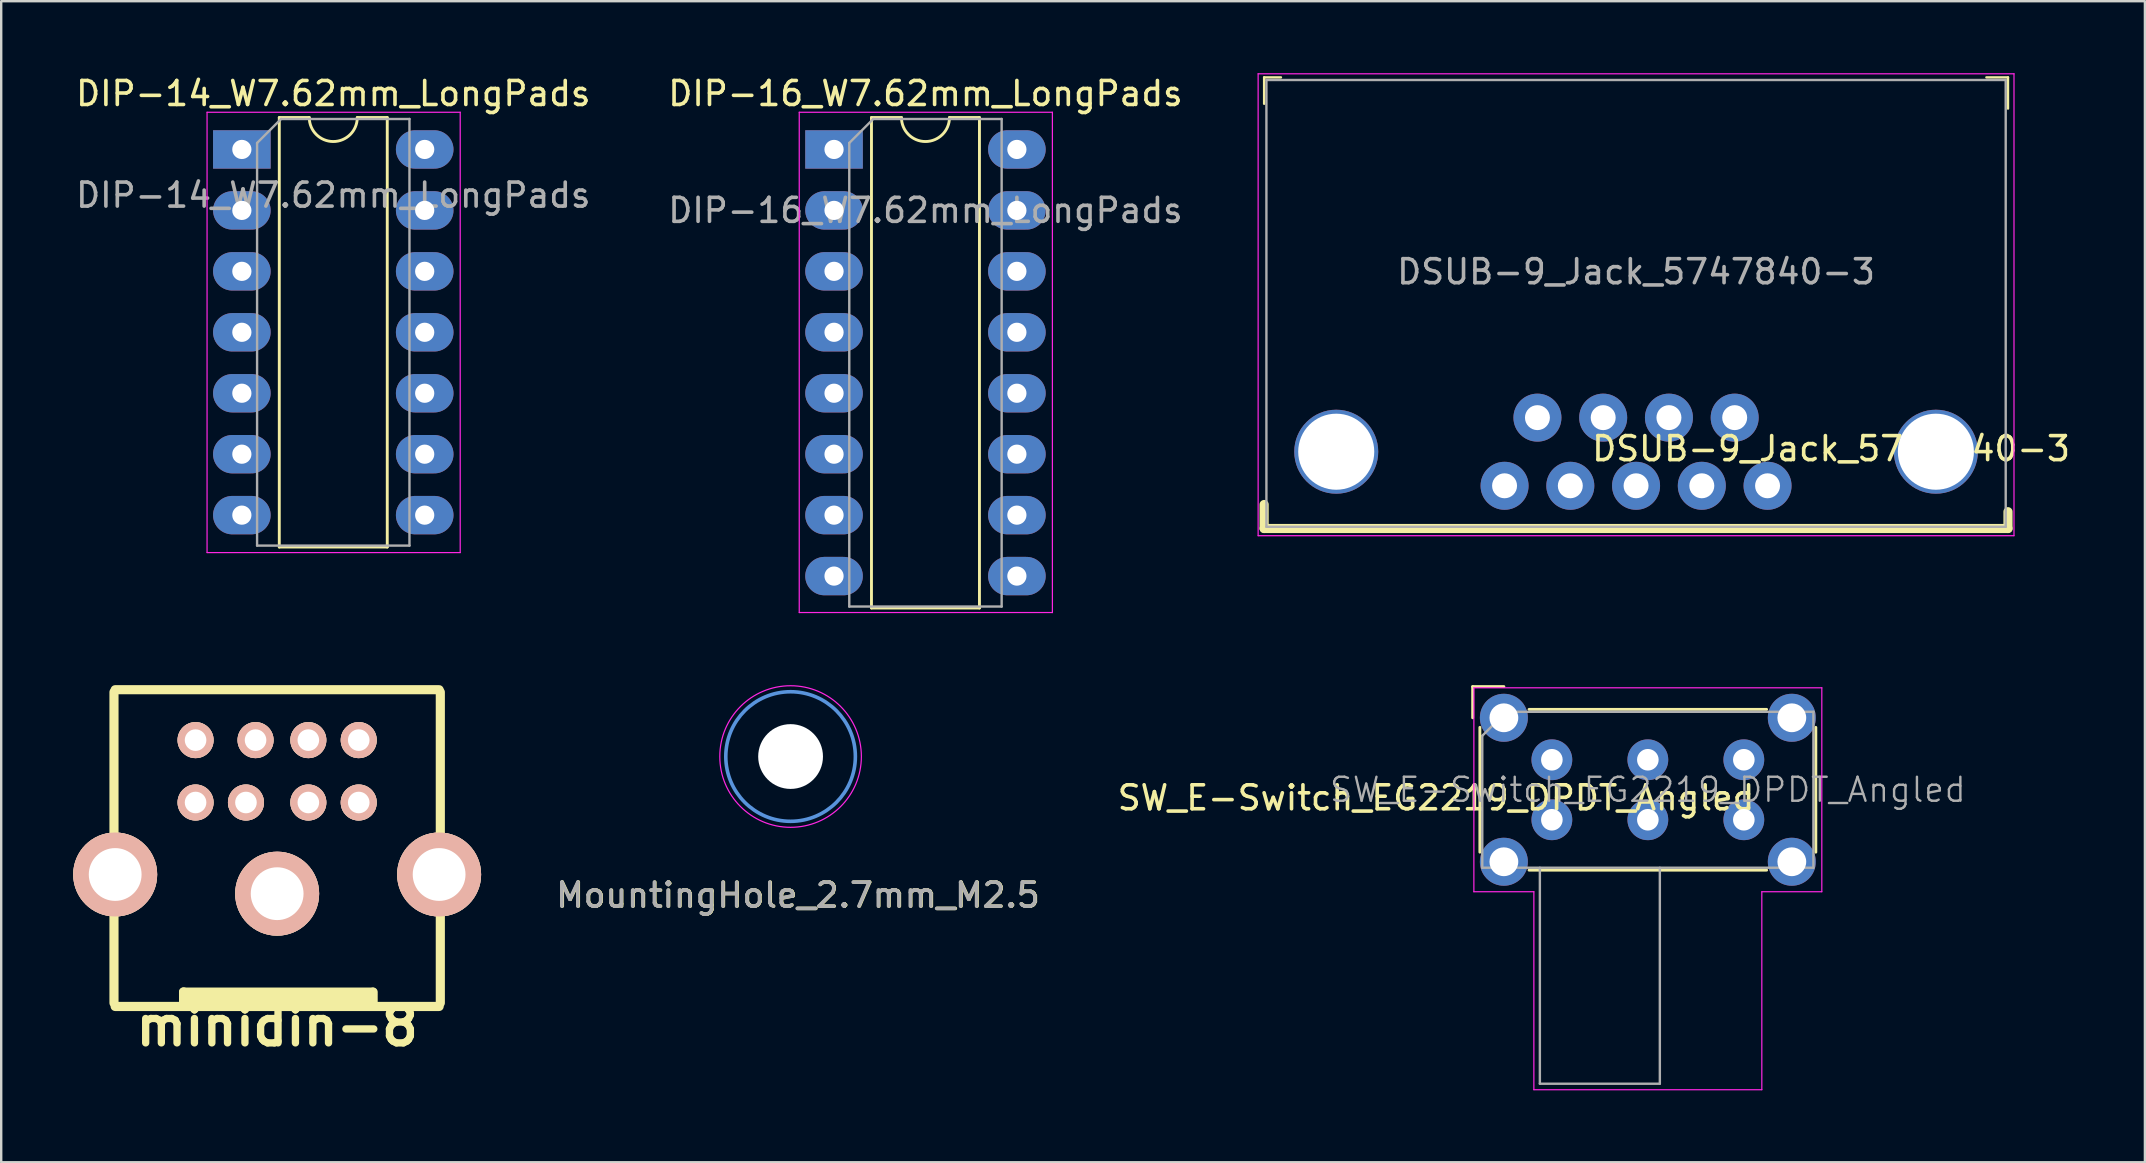
<source format=kicad_pcb>
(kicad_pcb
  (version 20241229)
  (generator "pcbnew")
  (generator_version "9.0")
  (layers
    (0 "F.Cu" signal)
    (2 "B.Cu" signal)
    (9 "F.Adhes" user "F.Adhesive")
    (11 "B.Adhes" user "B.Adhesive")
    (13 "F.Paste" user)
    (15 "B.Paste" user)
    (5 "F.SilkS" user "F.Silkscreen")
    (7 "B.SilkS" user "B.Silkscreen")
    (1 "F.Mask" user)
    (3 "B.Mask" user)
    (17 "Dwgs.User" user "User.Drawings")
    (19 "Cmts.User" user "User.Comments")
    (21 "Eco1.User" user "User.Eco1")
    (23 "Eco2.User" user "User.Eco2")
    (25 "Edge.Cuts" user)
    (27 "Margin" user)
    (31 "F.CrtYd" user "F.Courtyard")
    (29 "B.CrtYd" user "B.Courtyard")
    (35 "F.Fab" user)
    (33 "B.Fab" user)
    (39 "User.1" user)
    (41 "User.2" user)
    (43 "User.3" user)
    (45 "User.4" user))
  (footprint "SW_E-Switch_EG2219_DPDT_Angled"
    (layer "F.Cu")
    (at 61.623 28.613)
    (property "Reference" "SW_E-Switch_EG2219_DPDT_Angled" (at -4.826 1.587 0) (layer "F.SilkS") (effects (font (size 1 1) (thickness 0.15))))
    (attr through_hole)
    (fp_line (start -3.3 -3.05) (end -2 -3.05) (stroke (width 0.12) (type solid)) (layer "F.SilkS"))
    (fp_line (start -3.3 -1.75) (end -3.3 -3.05) (stroke (width 0.12) (type solid)) (layer "F.SilkS"))
    (fp_line (start -3 3.85) (end -3 -1.35) (stroke (width 0.12) (type solid)) (layer "F.SilkS"))
    (fp_line (start -0.95 -2.1) (end 8.95 -2.1) (stroke (width 0.12) (type solid)) (layer "F.SilkS"))
    (fp_line (start 8.95 4.6) (end -0.95 4.6) (stroke (width 0.12) (type solid)) (layer "F.SilkS"))
    (fp_line (start 11 -1.35) (end 11 3.85) (stroke (width 0.12) (type solid)) (layer "F.SilkS"))
    (fp_line (start -3.25 -3) (end 11.25 -3) (stroke (width 0.05) (type solid)) (layer "F.CrtYd"))
    (fp_line (start -3.25 5.5) (end -3.25 -3) (stroke (width 0.05) (type solid)) (layer "F.CrtYd"))
    (fp_line (start -0.75 5.5) (end -3.25 5.5) (stroke (width 0.05) (type solid)) (layer "F.CrtYd"))
    (fp_line (start -0.75 13.75) (end -0.75 5.5) (stroke (width 0.05) (type solid)) (layer "F.CrtYd"))
    (fp_line (start 8.75 5.5) (end 8.75 13.75) (stroke (width 0.05) (type solid)) (layer "F.CrtYd"))
    (fp_line (start 8.75 13.75) (end -0.75 13.75) (stroke (width 0.05) (type solid)) (layer "F.CrtYd"))
    (fp_line (start 11.25 -3) (end 11.25 5.5) (stroke (width 0.05) (type solid)) (layer "F.CrtYd"))
    (fp_line (start 11.25 5.5) (end 8.75 5.5) (stroke (width 0.05) (type solid)) (layer "F.CrtYd"))
    (fp_line (start -2.9 4.5) (end -2.9 -1) (stroke (width 0.1) (type solid)) (layer "F.Fab"))
    (fp_line (start -1.9 -2) (end -2.9 -1) (stroke (width 0.1) (type solid)) (layer "F.Fab"))
    (fp_line (start -1.9 -2) (end 10.9 -2) (stroke (width 0.1) (type solid)) (layer "F.Fab"))
    (fp_line (start -0.5 13.5) (end -0.5 4.5) (stroke (width 0.1) (type solid)) (layer "F.Fab"))
    (fp_line (start 4.5 4.5) (end 4.5 13.5) (stroke (width 0.1) (type solid)) (layer "F.Fab"))
    (fp_line (start 4.5 13.5) (end -0.5 13.5) (stroke (width 0.1) (type solid)) (layer "F.Fab"))
    (fp_line (start 10.9 -2) (end 10.9 4.5) (stroke (width 0.1) (type solid)) (layer "F.Fab"))
    (fp_line (start 10.9 4.5) (end -2.9 4.5) (stroke (width 0.1) (type solid)) (layer "F.Fab"))
    (fp_text user "${REFERENCE}" (at 4 1.25 0) (layer "F.Fab") (effects (font (size 1 1) (thickness 0.1))))
    (pad "" thru_hole circle (at -2 -1.75) (size 2 2) (drill 1.2) (layers "*.Cu" "*.Mask"))
    (pad "" thru_hole circle (at -2 4.25) (size 2 2) (drill 1.2) (layers "*.Cu" "*.Mask"))
    (pad "" thru_hole circle (at 10 -1.75) (size 2 2) (drill 1.2) (layers "*.Cu" "*.Mask"))
    (pad "" thru_hole circle (at 10 4.25) (size 2 2) (drill 1.2) (layers "*.Cu" "*.Mask"))
    (pad "1" thru_hole circle (at 0 0) (size 1.7 1.7) (drill 0.9) (layers "*.Cu" "*.Mask"))
    (pad "2" thru_hole circle (at 4 0) (size 1.7 1.7) (drill 0.9) (layers "*.Cu" "*.Mask"))
    (pad "3" thru_hole circle (at 8 0) (size 1.7 1.7) (drill 0.9) (layers "*.Cu" "*.Mask"))
    (pad "4" thru_hole circle (at 0 2.5) (size 1.7 1.7) (drill 0.9) (layers "*.Cu" "*.Mask"))
    (pad "5" thru_hole circle (at 4 2.5) (size 1.7 1.7) (drill 0.9) (layers "*.Cu" "*.Mask"))
    (pad "6" thru_hole circle (at 8 2.5) (size 1.7 1.7) (drill 0.9) (layers "*.Cu" "*.Mask")))
  (footprint "DIP-16_W7.62mm_LongPads"
    (layer "F.Cu")
    (at 31.708 3.178)
    (property "Reference" "DIP-16_W7.62mm_LongPads" (at 3.81 -2.33 0) (layer "F.SilkS") (effects (font (size 1 1) (thickness 0.15))))
    (attr through_hole)
    (fp_line (start 1.56 -1.33) (end 1.56 19.11) (stroke (width 0.12) (type solid)) (layer "F.SilkS"))
    (fp_line (start 1.56 19.11) (end 6.06 19.11) (stroke (width 0.12) (type solid)) (layer "F.SilkS"))
    (fp_line (start 2.81 -1.33) (end 1.56 -1.33) (stroke (width 0.12) (type solid)) (layer "F.SilkS"))
    (fp_line (start 6.06 -1.33) (end 4.81 -1.33) (stroke (width 0.12) (type solid)) (layer "F.SilkS"))
    (fp_line (start 6.06 19.11) (end 6.06 -1.33) (stroke (width 0.12) (type solid)) (layer "F.SilkS"))
    (fp_arc (start 4.81 -1.33) (mid 3.81 -0.33) (end 2.81 -1.33) (stroke (width 0.12) (type solid)) (layer "F.SilkS"))
    (fp_line (start -1.45 -1.55) (end -1.45 19.3) (stroke (width 0.05) (type solid)) (layer "F.CrtYd"))
    (fp_line (start -1.45 19.3) (end 9.1 19.3) (stroke (width 0.05) (type solid)) (layer "F.CrtYd"))
    (fp_line (start 9.1 -1.55) (end -1.45 -1.55) (stroke (width 0.05) (type solid)) (layer "F.CrtYd"))
    (fp_line (start 9.1 19.3) (end 9.1 -1.55) (stroke (width 0.05) (type solid)) (layer "F.CrtYd"))
    (fp_line (start 0.635 -0.27) (end 1.635 -1.27) (stroke (width 0.1) (type solid)) (layer "F.Fab"))
    (fp_line (start 0.635 19.05) (end 0.635 -0.27) (stroke (width 0.1) (type solid)) (layer "F.Fab"))
    (fp_line (start 1.635 -1.27) (end 6.985 -1.27) (stroke (width 0.1) (type solid)) (layer "F.Fab"))
    (fp_line (start 6.985 -1.27) (end 6.985 19.05) (stroke (width 0.1) (type solid)) (layer "F.Fab"))
    (fp_line (start 6.985 19.05) (end 0.635 19.05) (stroke (width 0.1) (type solid)) (layer "F.Fab"))
    (fp_text user "${REFERENCE}" (at 3.81 2.54 0) (layer "F.Fab") (effects (font (size 1 1) (thickness 0.15))))
    (pad "1" thru_hole rect (at 0 0) (size 2.4 1.6) (drill 0.8) (layers "*.Cu" "*.Mask"))
    (pad "2" thru_hole oval (at 0 2.54) (size 2.4 1.6) (drill 0.8) (layers "*.Cu" "*.Mask"))
    (pad "3" thru_hole oval (at 0 5.08) (size 2.4 1.6) (drill 0.8) (layers "*.Cu" "*.Mask"))
    (pad "4" thru_hole oval (at 0 7.62) (size 2.4 1.6) (drill 0.8) (layers "*.Cu" "*.Mask"))
    (pad "5" thru_hole oval (at 0 10.16) (size 2.4 1.6) (drill 0.8) (layers "*.Cu" "*.Mask"))
    (pad "6" thru_hole oval (at 0 12.7) (size 2.4 1.6) (drill 0.8) (layers "*.Cu" "*.Mask"))
    (pad "7" thru_hole oval (at 0 15.24) (size 2.4 1.6) (drill 0.8) (layers "*.Cu" "*.Mask"))
    (pad "8" thru_hole oval (at 0 17.78) (size 2.4 1.6) (drill 0.8) (layers "*.Cu" "*.Mask"))
    (pad "9" thru_hole oval (at 7.62 17.78) (size 2.4 1.6) (drill 0.8) (layers "*.Cu" "*.Mask"))
    (pad "10" thru_hole oval (at 7.62 15.24) (size 2.4 1.6) (drill 0.8) (layers "*.Cu" "*.Mask"))
    (pad "11" thru_hole oval (at 7.62 12.7) (size 2.4 1.6) (drill 0.8) (layers "*.Cu" "*.Mask"))
    (pad "12" thru_hole oval (at 7.62 10.16) (size 2.4 1.6) (drill 0.8) (layers "*.Cu" "*.Mask"))
    (pad "13" thru_hole oval (at 7.62 7.62) (size 2.4 1.6) (drill 0.8) (layers "*.Cu" "*.Mask"))
    (pad "14" thru_hole oval (at 7.62 5.08) (size 2.4 1.6) (drill 0.8) (layers "*.Cu" "*.Mask"))
    (pad "15" thru_hole oval (at 7.62 2.54) (size 2.4 1.6) (drill 0.8) (layers "*.Cu" "*.Mask"))
    (pad "16" thru_hole oval (at 7.62 0) (size 2.4 1.6) (drill 0.8) (layers "*.Cu" "*.Mask")))
  (footprint "DSUB-9_Jack_5747840-3"
    (layer "F.Cu")
    (at 65.132 15.775)
    (property "Reference" "DSUB-9_Jack_5747840-3" (at 8.128 -0.127 0) (layer "F.SilkS") (effects (font (size 1 1) (thickness 0.15))))
    (attr through_hole)
    (fp_line (start -15.5 -15.6) (end -15.5 -14.5) (stroke (width 0.1) (type solid)) (layer "F.SilkS"))
    (fp_line (start -15.5 2.2) (end -15.5 3.2) (stroke (width 0.381) (type solid)) (layer "F.SilkS"))
    (fp_line (start -15.5 3.2) (end 15.5 3.2) (stroke (width 0.381) (type solid)) (layer "F.SilkS"))
    (fp_line (start -14.8 -15.6) (end -15.5 -15.6) (stroke (width 0.1) (type solid)) (layer "F.SilkS"))
    (fp_line (start 14.6 -15.6) (end 15.5 -15.6) (stroke (width 0.1) (type solid)) (layer "F.SilkS"))
    (fp_line (start 15.5 -15.6) (end 15.5 -14.3) (stroke (width 0.1) (type solid)) (layer "F.SilkS"))
    (fp_line (start 15.5 2.5) (end 15.5 3.2) (stroke (width 0.381) (type solid)) (layer "F.SilkS"))
    (fp_line (start 15.5 3.2) (end 14.1 3.2) (stroke (width 0.1) (type solid)) (layer "F.SilkS"))
    (fp_line (start -15.75 -15.75) (end -15.75 3.5) (stroke (width 0.05) (type solid)) (layer "F.CrtYd"))
    (fp_line (start -15.75 -15.75) (end 15.75 -15.75) (stroke (width 0.05) (type solid)) (layer "F.CrtYd"))
    (fp_line (start -15.75 3.5) (end 15.75 3.5) (stroke (width 0.05) (type solid)) (layer "F.CrtYd"))
    (fp_line (start 15.75 -15.75) (end 15.75 3.5) (stroke (width 0.05) (type solid)) (layer "F.CrtYd"))
    (fp_line (start -15.405 -15.49) (end -15.405 3.13) (stroke (width 0.1) (type solid)) (layer "F.Fab"))
    (fp_line (start -15.405 -15.49) (end 15.405 -15.49) (stroke (width 0.1) (type solid)) (layer "F.Fab"))
    (fp_line (start -15.405 3.13) (end 15.405 3.13) (stroke (width 0.1) (type solid)) (layer "F.Fab"))
    (fp_line (start 15.405 -15.49) (end 15.405 3.13) (stroke (width 0.1) (type solid)) (layer "F.Fab"))
    (fp_text user "${REFERENCE}" (at 0 -7.5 0) (layer "F.Fab") (effects (font (size 1 1) (thickness 0.15))))
    (pad "1" thru_hole circle (at 5.48 1.42) (size 2 2) (drill 1.04) (layers "*.Cu" "*.Mask"))
    (pad "2" thru_hole circle (at 2.74 1.42) (size 2 2) (drill 1.04) (layers "*.Cu" "*.Mask"))
    (pad "3" thru_hole circle (at 0 1.42) (size 2 2) (drill 1.04) (layers "*.Cu" "*.Mask"))
    (pad "4" thru_hole circle (at -2.74 1.42) (size 2 2) (drill 1.04) (layers "*.Cu" "*.Mask"))
    (pad "5" thru_hole circle (at -5.48 1.42) (size 2 2) (drill 1.04) (layers "*.Cu" "*.Mask"))
    (pad "6" thru_hole circle (at 4.11 -1.42) (size 2 2) (drill 1.04) (layers "*.Cu" "*.Mask"))
    (pad "7" thru_hole circle (at 1.37 -1.42) (size 2 2) (drill 1.04) (layers "*.Cu" "*.Mask"))
    (pad "8" thru_hole circle (at -1.37 -1.42) (size 2 2) (drill 1.04) (layers "*.Cu" "*.Mask"))
    (pad "9" thru_hole circle (at -4.11 -1.42) (size 2 2) (drill 1.04) (layers "*.Cu" "*.Mask"))
    (pad "10" thru_hole circle (at -12.495 0) (size 3.5 3.5) (drill 3.17) (layers "*.Cu" "*.Mask"))
    (pad "10" thru_hole circle (at 12.495 0) (size 3.5 3.5) (drill 3.17) (layers "*.Cu" "*.Mask")))
  (footprint "DIP-14_W7.62mm_LongPads"
    (layer "F.Cu")
    (at 7.029 3.178)
    (property "Reference" "DIP-14_W7.62mm_LongPads" (at 3.81 -2.33 0) (layer "F.SilkS") (effects (font (size 1 1) (thickness 0.15))))
    (attr through_hole)
    (fp_line (start 1.56 -1.33) (end 1.56 16.57) (stroke (width 0.12) (type solid)) (layer "F.SilkS"))
    (fp_line (start 1.56 16.57) (end 6.06 16.57) (stroke (width 0.12) (type solid)) (layer "F.SilkS"))
    (fp_line (start 2.81 -1.33) (end 1.56 -1.33) (stroke (width 0.12) (type solid)) (layer "F.SilkS"))
    (fp_line (start 6.06 -1.33) (end 4.81 -1.33) (stroke (width 0.12) (type solid)) (layer "F.SilkS"))
    (fp_line (start 6.06 16.57) (end 6.06 -1.33) (stroke (width 0.12) (type solid)) (layer "F.SilkS"))
    (fp_arc (start 4.81 -1.33) (mid 3.81 -0.33) (end 2.81 -1.33) (stroke (width 0.12) (type solid)) (layer "F.SilkS"))
    (fp_line (start -1.45 -1.55) (end -1.45 16.8) (stroke (width 0.05) (type solid)) (layer "F.CrtYd"))
    (fp_line (start -1.45 16.8) (end 9.1 16.8) (stroke (width 0.05) (type solid)) (layer "F.CrtYd"))
    (fp_line (start 9.1 -1.55) (end -1.45 -1.55) (stroke (width 0.05) (type solid)) (layer "F.CrtYd"))
    (fp_line (start 9.1 16.8) (end 9.1 -1.55) (stroke (width 0.05) (type solid)) (layer "F.CrtYd"))
    (fp_line (start 0.635 -0.27) (end 1.635 -1.27) (stroke (width 0.1) (type solid)) (layer "F.Fab"))
    (fp_line (start 0.635 16.51) (end 0.635 -0.27) (stroke (width 0.1) (type solid)) (layer "F.Fab"))
    (fp_line (start 1.635 -1.27) (end 6.985 -1.27) (stroke (width 0.1) (type solid)) (layer "F.Fab"))
    (fp_line (start 6.985 -1.27) (end 6.985 16.51) (stroke (width 0.1) (type solid)) (layer "F.Fab"))
    (fp_line (start 6.985 16.51) (end 0.635 16.51) (stroke (width 0.1) (type solid)) (layer "F.Fab"))
    (fp_text user "${REFERENCE}" (at 3.81 1.905 0) (layer "F.Fab") (effects (font (size 1 1) (thickness 0.15))))
    (pad "1" thru_hole rect (at 0 0) (size 2.4 1.6) (drill 0.8) (layers "*.Cu" "*.Mask"))
    (pad "2" thru_hole oval (at 0 2.54) (size 2.4 1.6) (drill 0.8) (layers "*.Cu" "*.Mask"))
    (pad "3" thru_hole oval (at 0 5.08) (size 2.4 1.6) (drill 0.8) (layers "*.Cu" "*.Mask"))
    (pad "4" thru_hole oval (at 0 7.62) (size 2.4 1.6) (drill 0.8) (layers "*.Cu" "*.Mask"))
    (pad "5" thru_hole oval (at 0 10.16) (size 2.4 1.6) (drill 0.8) (layers "*.Cu" "*.Mask"))
    (pad "6" thru_hole oval (at 0 12.7) (size 2.4 1.6) (drill 0.8) (layers "*.Cu" "*.Mask"))
    (pad "7" thru_hole oval (at 0 15.24) (size 2.4 1.6) (drill 0.8) (layers "*.Cu" "*.Mask"))
    (pad "8" thru_hole oval (at 7.62 15.24) (size 2.4 1.6) (drill 0.8) (layers "*.Cu" "*.Mask"))
    (pad "9" thru_hole oval (at 7.62 12.7) (size 2.4 1.6) (drill 0.8) (layers "*.Cu" "*.Mask"))
    (pad "10" thru_hole oval (at 7.62 10.16) (size 2.4 1.6) (drill 0.8) (layers "*.Cu" "*.Mask"))
    (pad "11" thru_hole oval (at 7.62 7.62) (size 2.4 1.6) (drill 0.8) (layers "*.Cu" "*.Mask"))
    (pad "12" thru_hole oval (at 7.62 5.08) (size 2.4 1.6) (drill 0.8) (layers "*.Cu" "*.Mask"))
    (pad "13" thru_hole oval (at 7.62 2.54) (size 2.4 1.6) (drill 0.8) (layers "*.Cu" "*.Mask"))
    (pad "14" thru_hole oval (at 7.62 0) (size 2.4 1.6) (drill 0.8) (layers "*.Cu" "*.Mask")))
  (footprint "MountingHole_2.7mm_M2.5"
    (layer "F.Cu")
    (at 29.897 28.478)
    (property "Reference" "MountingHole_2.7mm_M2.5" (at 0.318 5.779 0) (layer "F.SilkS") (effects (font (size 1 1) (thickness 0.15))))
    (attr exclude_from_pos_files exclude_from_bom)
    (fp_circle (center 0 0) (end 2.7 0) (stroke (width 0.15) (type solid)) (fill no) (layer "Cmts.User"))
    (fp_circle (center 0 0) (end 2.95 0) (stroke (width 0.05) (type solid)) (fill no) (layer "F.CrtYd"))
    (fp_text user "${REFERENCE}" (at 0.3 5.779 0) (layer "F.Fab") (effects (font (size 1 1) (thickness 0.15))))
    (pad "" np_thru_hole circle (at 0 0) (size 2.7 2.7) (drill 2.7) (layers "*.Cu" "*.Mask")))
  (footprint "minidin-8"
    (layer "F.Cu")
    (at 8.5 31.594)
    (property "Reference" "minidin-8" (at 0 8.128 0) (layer "F.SilkS") (effects (font (size 1.524 1.524) (thickness 0.305))))
    (attr through_hole)
    (fp_line (start -6.8 -5.8) (end -6.8 7.154) (stroke (width 0.381) (type solid)) (layer "F.SilkS"))
    (fp_line (start -6.75 7.3) (end 6.75 7.3) (stroke (width 0.381) (type solid)) (layer "F.SilkS"))
    (fp_line (start -3.9 6.692) (end -3.9 7.2) (stroke (width 0.381) (type solid)) (layer "F.SilkS"))
    (fp_line (start -3.9 6.7) (end 3.974 6.7) (stroke (width 0.381) (type solid)) (layer "F.SilkS"))
    (fp_line (start -3.9 6.8) (end 3.974 6.8) (stroke (width 0.381) (type solid)) (layer "F.SilkS"))
    (fp_line (start 3.974 7) (end -3.9 7) (stroke (width 0.381) (type solid)) (layer "F.SilkS"))
    (fp_line (start 4 6.7) (end 4 7.208) (stroke (width 0.381) (type solid)) (layer "F.SilkS"))
    (fp_line (start 6.75 -5.9) (end -6.75 -5.9) (stroke (width 0.381) (type solid)) (layer "F.SilkS"))
    (fp_line (start 6.8 7.154) (end 6.8 -5.8) (stroke (width 0.381) (type solid)) (layer "F.SilkS"))
    (pad "1" thru_hole circle (at 1.3 -1.2) (size 1.501 1.501) (drill 0.9) (layers "*.Cu" "*.SilkS" "*.Mask"))
    (pad "2" thru_hole circle (at -1.3 -1.2) (size 1.501 1.501) (drill 0.9) (layers "*.Cu" "*.SilkS" "*.Mask"))
    (pad "3" thru_hole circle (at 3.4 -1.2) (size 1.501 1.501) (drill 0.9) (layers "*.Cu" "*.SilkS" "*.Mask"))
    (pad "4" thru_hole circle (at 1.3 -3.8) (size 1.501 1.501) (drill 0.9) (layers "*.Cu" "*.SilkS" "*.Mask"))
    (pad "5" thru_hole circle (at -3.4 -1.2) (size 1.501 1.501) (drill 0.9) (layers "*.Cu" "*.SilkS" "*.Mask"))
    (pad "6" thru_hole circle (at 3.4 -3.8) (size 1.501 1.501) (drill 0.9) (layers "*.Cu" "*.SilkS" "*.Mask"))
    (pad "7" thru_hole circle (at -0.9 -3.8) (size 1.501 1.501) (drill 0.9) (layers "*.Cu" "*.SilkS" "*.Mask"))
    (pad "8" thru_hole circle (at -3.4 -3.8) (size 1.501 1.501) (drill 0.9) (layers "*.Cu" "*.SilkS" "*.Mask"))
    (pad "SH" thru_hole circle (at -6.75 1.8) (size 3.5 3.5) (drill 2.2) (layers "*.Cu" "*.SilkS" "*.Mask"))
    (pad "SH" thru_hole circle (at 0 2.6) (size 3.5 3.5) (drill 2.2) (layers "*.Cu" "*.SilkS" "*.Mask"))
    (pad "SH" thru_hole circle (at 6.75 1.8) (size 3.5 3.5) (drill 2.2) (layers "*.Cu" "*.SilkS" "*.Mask")))
  (gr_rect
    (start -3 -3)
    (end 86.338 45.388)
    (stroke (width 0.1) (type default))
    (fill no)
    (layer "Edge.Cuts")))
</source>
